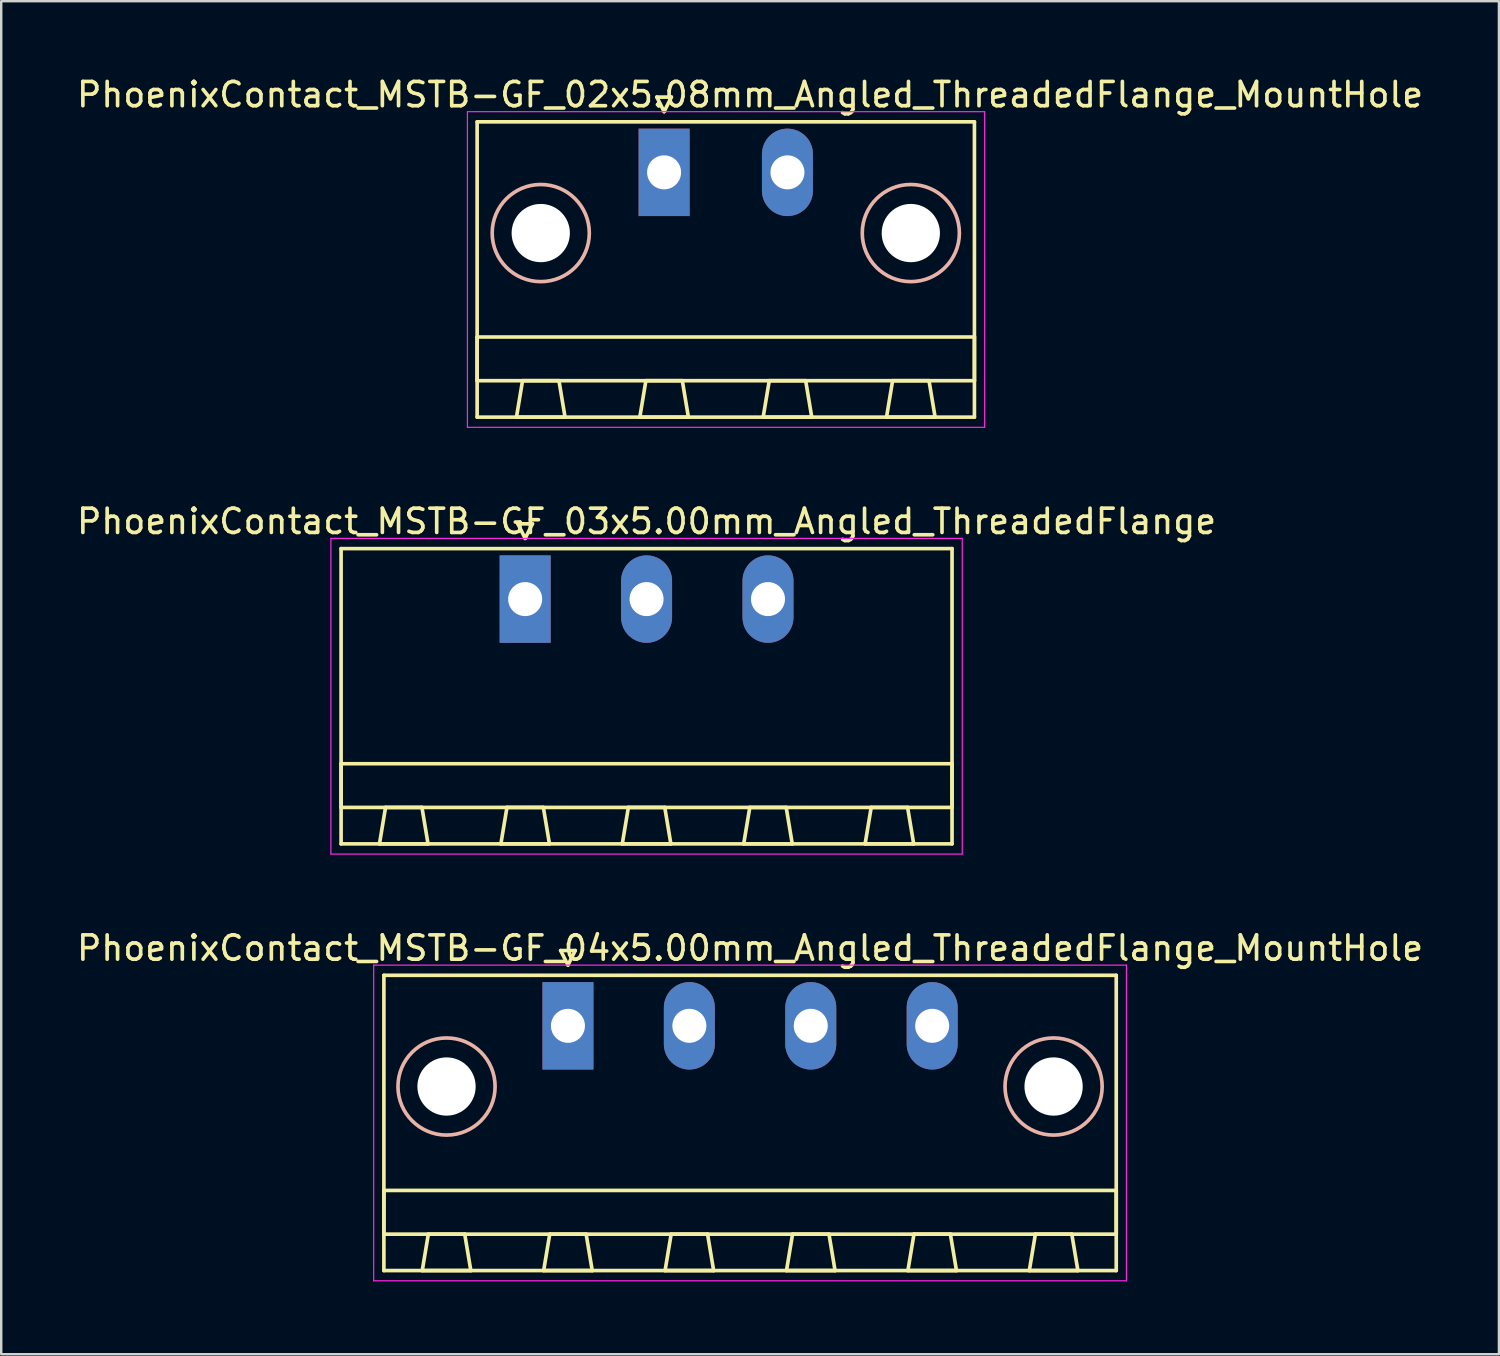
<source format=kicad_pcb>
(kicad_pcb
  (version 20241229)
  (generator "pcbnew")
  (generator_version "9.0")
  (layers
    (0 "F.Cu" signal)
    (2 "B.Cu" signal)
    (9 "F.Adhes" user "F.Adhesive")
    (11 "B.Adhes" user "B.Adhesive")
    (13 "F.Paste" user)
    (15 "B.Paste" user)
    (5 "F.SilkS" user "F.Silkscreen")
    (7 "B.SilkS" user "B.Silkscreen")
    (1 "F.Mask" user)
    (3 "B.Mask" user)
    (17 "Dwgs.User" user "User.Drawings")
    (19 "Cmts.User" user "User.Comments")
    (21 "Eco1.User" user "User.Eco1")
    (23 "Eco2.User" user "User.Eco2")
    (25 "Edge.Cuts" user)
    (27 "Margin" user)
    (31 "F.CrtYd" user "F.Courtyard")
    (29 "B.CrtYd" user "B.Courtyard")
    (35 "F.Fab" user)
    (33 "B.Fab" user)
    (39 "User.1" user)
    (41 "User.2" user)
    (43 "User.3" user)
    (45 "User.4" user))
  (footprint "PhoenixContact_MSTB-GF_02x5.08mm_Angled_ThreadedFlange_MountHole"
    (layer "F.Cu")
    (at 24.299 4.048)
    (property "Reference" "PhoenixContact_MSTB-GF_02x5.08mm_Angled_ThreadedFlange_MountHole" (at 3.54 -3.2 0) (layer "F.SilkS") (effects (font (size 1 1) (thickness 0.15))))
    (attr through_hole)
    (fp_line (start -7.7 -2.08) (end -7.7 10.08) (stroke (width 0.15) (type solid)) (layer "F.SilkS"))
    (fp_line (start -7.7 6.78) (end 12.78 6.78) (stroke (width 0.15) (type solid)) (layer "F.SilkS"))
    (fp_line (start -7.7 8.58) (end -7.7 6.78) (stroke (width 0.15) (type solid)) (layer "F.SilkS"))
    (fp_line (start -7.7 10.08) (end 12.78 10.08) (stroke (width 0.15) (type solid)) (layer "F.SilkS"))
    (fp_line (start -6.08 10.08) (end -4.08 10.08) (stroke (width 0.15) (type solid)) (layer "F.SilkS"))
    (fp_line (start -5.83 8.58) (end -6.08 10.08) (stroke (width 0.15) (type solid)) (layer "F.SilkS"))
    (fp_line (start -4.33 8.58) (end -5.83 8.58) (stroke (width 0.15) (type solid)) (layer "F.SilkS"))
    (fp_line (start -4.08 10.08) (end -4.33 8.58) (stroke (width 0.15) (type solid)) (layer "F.SilkS"))
    (fp_line (start -1 10.08) (end 1 10.08) (stroke (width 0.15) (type solid)) (layer "F.SilkS"))
    (fp_line (start -0.75 8.58) (end -1 10.08) (stroke (width 0.15) (type solid)) (layer "F.SilkS"))
    (fp_line (start -0.3 -3.1) (end 0 -2.5) (stroke (width 0.15) (type solid)) (layer "F.SilkS"))
    (fp_line (start 0 -2.5) (end 0.3 -3.1) (stroke (width 0.15) (type solid)) (layer "F.SilkS"))
    (fp_line (start 0.3 -3.1) (end -0.3 -3.1) (stroke (width 0.15) (type solid)) (layer "F.SilkS"))
    (fp_line (start 0.75 8.58) (end -0.75 8.58) (stroke (width 0.15) (type solid)) (layer "F.SilkS"))
    (fp_line (start 1 10.08) (end 0.75 8.58) (stroke (width 0.15) (type solid)) (layer "F.SilkS"))
    (fp_line (start 4.08 10.08) (end 6.08 10.08) (stroke (width 0.15) (type solid)) (layer "F.SilkS"))
    (fp_line (start 4.33 8.58) (end 4.08 10.08) (stroke (width 0.15) (type solid)) (layer "F.SilkS"))
    (fp_line (start 5.83 8.58) (end 4.33 8.58) (stroke (width 0.15) (type solid)) (layer "F.SilkS"))
    (fp_line (start 6.08 10.08) (end 5.83 8.58) (stroke (width 0.15) (type solid)) (layer "F.SilkS"))
    (fp_line (start 9.16 10.08) (end 11.16 10.08) (stroke (width 0.15) (type solid)) (layer "F.SilkS"))
    (fp_line (start 9.41 8.58) (end 9.16 10.08) (stroke (width 0.15) (type solid)) (layer "F.SilkS"))
    (fp_line (start 10.91 8.58) (end 9.41 8.58) (stroke (width 0.15) (type solid)) (layer "F.SilkS"))
    (fp_line (start 11.16 10.08) (end 10.91 8.58) (stroke (width 0.15) (type solid)) (layer "F.SilkS"))
    (fp_line (start 12.78 -2.08) (end -7.7 -2.08) (stroke (width 0.15) (type solid)) (layer "F.SilkS"))
    (fp_line (start 12.78 6.78) (end 12.78 8.58) (stroke (width 0.15) (type solid)) (layer "F.SilkS"))
    (fp_line (start 12.78 8.58) (end -7.7 8.58) (stroke (width 0.15) (type solid)) (layer "F.SilkS"))
    (fp_line (start 12.78 10.08) (end 12.78 -2.08) (stroke (width 0.15) (type solid)) (layer "F.SilkS"))
    (fp_circle (center -5.08 2.5) (end -3.08 2.5) (stroke (width 0.15) (type solid)) (fill no) (layer "B.SilkS"))
    (fp_circle (center 10.16 2.5) (end 12.16 2.5) (stroke (width 0.15) (type solid)) (fill no) (layer "B.SilkS"))
    (fp_line (start -8.1 -2.5) (end -8.1 10.5) (stroke (width 0.05) (type solid)) (layer "F.CrtYd"))
    (fp_line (start -8.1 10.5) (end 13.2 10.5) (stroke (width 0.05) (type solid)) (layer "F.CrtYd"))
    (fp_line (start 13.2 -2.5) (end -8.1 -2.5) (stroke (width 0.05) (type solid)) (layer "F.CrtYd"))
    (fp_line (start 13.2 10.5) (end 13.2 -2.5) (stroke (width 0.05) (type solid)) (layer "F.CrtYd"))
    (pad "" np_thru_hole circle (at -5.08 2.5) (size 2.4 2.4) (drill 2.4) (layers "*.Cu" "*.Mask"))
    (pad "" np_thru_hole circle (at 10.16 2.5) (size 2.4 2.4) (drill 2.4) (layers "*.Cu" "*.Mask"))
    (pad "1" thru_hole rect (at 0 0) (size 2.1 3.6) (drill 1.4) (layers "*.Cu" "*.Mask"))
    (pad "2" thru_hole oval (at 5.08 0) (size 2.1 3.6) (drill 1.4) (layers "*.Cu" "*.Mask")))
  (footprint "PhoenixContact_MSTB-GF_03x5.00mm_Angled_ThreadedFlange"
    (layer "F.Cu")
    (at 18.577 21.622)
    (property "Reference" "PhoenixContact_MSTB-GF_03x5.00mm_Angled_ThreadedFlange" (at 5 -3.2 0) (layer "F.SilkS") (effects (font (size 1 1) (thickness 0.15))))
    (attr through_hole)
    (fp_line (start -7.58 -2.08) (end -7.58 10.08) (stroke (width 0.15) (type solid)) (layer "F.SilkS"))
    (fp_line (start -7.58 6.78) (end 17.58 6.78) (stroke (width 0.15) (type solid)) (layer "F.SilkS"))
    (fp_line (start -7.58 8.58) (end -7.58 6.78) (stroke (width 0.15) (type solid)) (layer "F.SilkS"))
    (fp_line (start -7.58 10.08) (end 17.58 10.08) (stroke (width 0.15) (type solid)) (layer "F.SilkS"))
    (fp_line (start -6 10.08) (end -4 10.08) (stroke (width 0.15) (type solid)) (layer "F.SilkS"))
    (fp_line (start -5.75 8.58) (end -6 10.08) (stroke (width 0.15) (type solid)) (layer "F.SilkS"))
    (fp_line (start -4.25 8.58) (end -5.75 8.58) (stroke (width 0.15) (type solid)) (layer "F.SilkS"))
    (fp_line (start -4 10.08) (end -4.25 8.58) (stroke (width 0.15) (type solid)) (layer "F.SilkS"))
    (fp_line (start -1 10.08) (end 1 10.08) (stroke (width 0.15) (type solid)) (layer "F.SilkS"))
    (fp_line (start -0.75 8.58) (end -1 10.08) (stroke (width 0.15) (type solid)) (layer "F.SilkS"))
    (fp_line (start -0.3 -3.1) (end 0 -2.5) (stroke (width 0.15) (type solid)) (layer "F.SilkS"))
    (fp_line (start 0 -2.5) (end 0.3 -3.1) (stroke (width 0.15) (type solid)) (layer "F.SilkS"))
    (fp_line (start 0.3 -3.1) (end -0.3 -3.1) (stroke (width 0.15) (type solid)) (layer "F.SilkS"))
    (fp_line (start 0.75 8.58) (end -0.75 8.58) (stroke (width 0.15) (type solid)) (layer "F.SilkS"))
    (fp_line (start 1 10.08) (end 0.75 8.58) (stroke (width 0.15) (type solid)) (layer "F.SilkS"))
    (fp_line (start 4 10.08) (end 6 10.08) (stroke (width 0.15) (type solid)) (layer "F.SilkS"))
    (fp_line (start 4.25 8.58) (end 4 10.08) (stroke (width 0.15) (type solid)) (layer "F.SilkS"))
    (fp_line (start 5.75 8.58) (end 4.25 8.58) (stroke (width 0.15) (type solid)) (layer "F.SilkS"))
    (fp_line (start 6 10.08) (end 5.75 8.58) (stroke (width 0.15) (type solid)) (layer "F.SilkS"))
    (fp_line (start 9 10.08) (end 11 10.08) (stroke (width 0.15) (type solid)) (layer "F.SilkS"))
    (fp_line (start 9.25 8.58) (end 9 10.08) (stroke (width 0.15) (type solid)) (layer "F.SilkS"))
    (fp_line (start 10.75 8.58) (end 9.25 8.58) (stroke (width 0.15) (type solid)) (layer "F.SilkS"))
    (fp_line (start 11 10.08) (end 10.75 8.58) (stroke (width 0.15) (type solid)) (layer "F.SilkS"))
    (fp_line (start 14 10.08) (end 16 10.08) (stroke (width 0.15) (type solid)) (layer "F.SilkS"))
    (fp_line (start 14.25 8.58) (end 14 10.08) (stroke (width 0.15) (type solid)) (layer "F.SilkS"))
    (fp_line (start 15.75 8.58) (end 14.25 8.58) (stroke (width 0.15) (type solid)) (layer "F.SilkS"))
    (fp_line (start 16 10.08) (end 15.75 8.58) (stroke (width 0.15) (type solid)) (layer "F.SilkS"))
    (fp_line (start 17.58 -2.08) (end -7.58 -2.08) (stroke (width 0.15) (type solid)) (layer "F.SilkS"))
    (fp_line (start 17.58 6.78) (end 17.58 8.58) (stroke (width 0.15) (type solid)) (layer "F.SilkS"))
    (fp_line (start 17.58 8.58) (end -7.58 8.58) (stroke (width 0.15) (type solid)) (layer "F.SilkS"))
    (fp_line (start 17.58 10.08) (end 17.58 -2.08) (stroke (width 0.15) (type solid)) (layer "F.SilkS"))
    (fp_line (start -8 -2.5) (end -8 10.5) (stroke (width 0.05) (type solid)) (layer "F.CrtYd"))
    (fp_line (start -8 10.5) (end 18 10.5) (stroke (width 0.05) (type solid)) (layer "F.CrtYd"))
    (fp_line (start 18 -2.5) (end -8 -2.5) (stroke (width 0.05) (type solid)) (layer "F.CrtYd"))
    (fp_line (start 18 10.5) (end 18 -2.5) (stroke (width 0.05) (type solid)) (layer "F.CrtYd"))
    (pad "1" thru_hole rect (at 0 0) (size 2.1 3.6) (drill 1.4) (layers "*.Cu" "*.Mask"))
    (pad "2" thru_hole oval (at 5 0) (size 2.1 3.6) (drill 1.4) (layers "*.Cu" "*.Mask"))
    (pad "3" thru_hole oval (at 10 0) (size 2.1 3.6) (drill 1.4) (layers "*.Cu" "*.Mask")))
  (footprint "PhoenixContact_MSTB-GF_04x5.00mm_Angled_ThreadedFlange_MountHole"
    (layer "F.Cu")
    (at 20.339 39.195)
    (property "Reference" "PhoenixContact_MSTB-GF_04x5.00mm_Angled_ThreadedFlange_MountHole" (at 7.5 -3.2 0) (layer "F.SilkS") (effects (font (size 1 1) (thickness 0.15))))
    (attr through_hole)
    (fp_line (start -7.58 -2.08) (end -7.58 10.08) (stroke (width 0.15) (type solid)) (layer "F.SilkS"))
    (fp_line (start -7.58 6.78) (end 22.58 6.78) (stroke (width 0.15) (type solid)) (layer "F.SilkS"))
    (fp_line (start -7.58 8.58) (end -7.58 6.78) (stroke (width 0.15) (type solid)) (layer "F.SilkS"))
    (fp_line (start -7.58 10.08) (end 22.58 10.08) (stroke (width 0.15) (type solid)) (layer "F.SilkS"))
    (fp_line (start -6 10.08) (end -4 10.08) (stroke (width 0.15) (type solid)) (layer "F.SilkS"))
    (fp_line (start -5.75 8.58) (end -6 10.08) (stroke (width 0.15) (type solid)) (layer "F.SilkS"))
    (fp_line (start -4.25 8.58) (end -5.75 8.58) (stroke (width 0.15) (type solid)) (layer "F.SilkS"))
    (fp_line (start -4 10.08) (end -4.25 8.58) (stroke (width 0.15) (type solid)) (layer "F.SilkS"))
    (fp_line (start -1 10.08) (end 1 10.08) (stroke (width 0.15) (type solid)) (layer "F.SilkS"))
    (fp_line (start -0.75 8.58) (end -1 10.08) (stroke (width 0.15) (type solid)) (layer "F.SilkS"))
    (fp_line (start -0.3 -3.1) (end 0 -2.5) (stroke (width 0.15) (type solid)) (layer "F.SilkS"))
    (fp_line (start 0 -2.5) (end 0.3 -3.1) (stroke (width 0.15) (type solid)) (layer "F.SilkS"))
    (fp_line (start 0.3 -3.1) (end -0.3 -3.1) (stroke (width 0.15) (type solid)) (layer "F.SilkS"))
    (fp_line (start 0.75 8.58) (end -0.75 8.58) (stroke (width 0.15) (type solid)) (layer "F.SilkS"))
    (fp_line (start 1 10.08) (end 0.75 8.58) (stroke (width 0.15) (type solid)) (layer "F.SilkS"))
    (fp_line (start 4 10.08) (end 6 10.08) (stroke (width 0.15) (type solid)) (layer "F.SilkS"))
    (fp_line (start 4.25 8.58) (end 4 10.08) (stroke (width 0.15) (type solid)) (layer "F.SilkS"))
    (fp_line (start 5.75 8.58) (end 4.25 8.58) (stroke (width 0.15) (type solid)) (layer "F.SilkS"))
    (fp_line (start 6 10.08) (end 5.75 8.58) (stroke (width 0.15) (type solid)) (layer "F.SilkS"))
    (fp_line (start 9 10.08) (end 11 10.08) (stroke (width 0.15) (type solid)) (layer "F.SilkS"))
    (fp_line (start 9.25 8.58) (end 9 10.08) (stroke (width 0.15) (type solid)) (layer "F.SilkS"))
    (fp_line (start 10.75 8.58) (end 9.25 8.58) (stroke (width 0.15) (type solid)) (layer "F.SilkS"))
    (fp_line (start 11 10.08) (end 10.75 8.58) (stroke (width 0.15) (type solid)) (layer "F.SilkS"))
    (fp_line (start 14 10.08) (end 16 10.08) (stroke (width 0.15) (type solid)) (layer "F.SilkS"))
    (fp_line (start 14.25 8.58) (end 14 10.08) (stroke (width 0.15) (type solid)) (layer "F.SilkS"))
    (fp_line (start 15.75 8.58) (end 14.25 8.58) (stroke (width 0.15) (type solid)) (layer "F.SilkS"))
    (fp_line (start 16 10.08) (end 15.75 8.58) (stroke (width 0.15) (type solid)) (layer "F.SilkS"))
    (fp_line (start 19 10.08) (end 21 10.08) (stroke (width 0.15) (type solid)) (layer "F.SilkS"))
    (fp_line (start 19.25 8.58) (end 19 10.08) (stroke (width 0.15) (type solid)) (layer "F.SilkS"))
    (fp_line (start 20.75 8.58) (end 19.25 8.58) (stroke (width 0.15) (type solid)) (layer "F.SilkS"))
    (fp_line (start 21 10.08) (end 20.75 8.58) (stroke (width 0.15) (type solid)) (layer "F.SilkS"))
    (fp_line (start 22.58 -2.08) (end -7.58 -2.08) (stroke (width 0.15) (type solid)) (layer "F.SilkS"))
    (fp_line (start 22.58 6.78) (end 22.58 8.58) (stroke (width 0.15) (type solid)) (layer "F.SilkS"))
    (fp_line (start 22.58 8.58) (end -7.58 8.58) (stroke (width 0.15) (type solid)) (layer "F.SilkS"))
    (fp_line (start 22.58 10.08) (end 22.58 -2.08) (stroke (width 0.15) (type solid)) (layer "F.SilkS"))
    (fp_circle (center -5 2.5) (end -3 2.5) (stroke (width 0.15) (type solid)) (fill no) (layer "B.SilkS"))
    (fp_circle (center 20 2.5) (end 22 2.5) (stroke (width 0.15) (type solid)) (fill no) (layer "B.SilkS"))
    (fp_line (start -8 -2.5) (end -8 10.5) (stroke (width 0.05) (type solid)) (layer "F.CrtYd"))
    (fp_line (start -8 10.5) (end 23 10.5) (stroke (width 0.05) (type solid)) (layer "F.CrtYd"))
    (fp_line (start 23 -2.5) (end -8 -2.5) (stroke (width 0.05) (type solid)) (layer "F.CrtYd"))
    (fp_line (start 23 10.5) (end 23 -2.5) (stroke (width 0.05) (type solid)) (layer "F.CrtYd"))
    (pad "" np_thru_hole circle (at -5 2.5) (size 2.4 2.4) (drill 2.4) (layers "*.Cu" "*.Mask"))
    (pad "" np_thru_hole circle (at 20 2.5) (size 2.4 2.4) (drill 2.4) (layers "*.Cu" "*.Mask"))
    (pad "1" thru_hole rect (at 0 0) (size 2.1 3.6) (drill 1.4) (layers "*.Cu" "*.Mask"))
    (pad "2" thru_hole oval (at 5 0) (size 2.1 3.6) (drill 1.4) (layers "*.Cu" "*.Mask"))
    (pad "3" thru_hole oval (at 10 0) (size 2.1 3.6) (drill 1.4) (layers "*.Cu" "*.Mask"))
    (pad "4" thru_hole oval (at 15 0) (size 2.1 3.6) (drill 1.4) (layers "*.Cu" "*.Mask")))
  (gr_rect
    (start -3 -3)
    (end 58.679 52.72)
    (stroke (width 0.1) (type default))
    (fill no)
    (layer "Edge.Cuts")))
</source>
